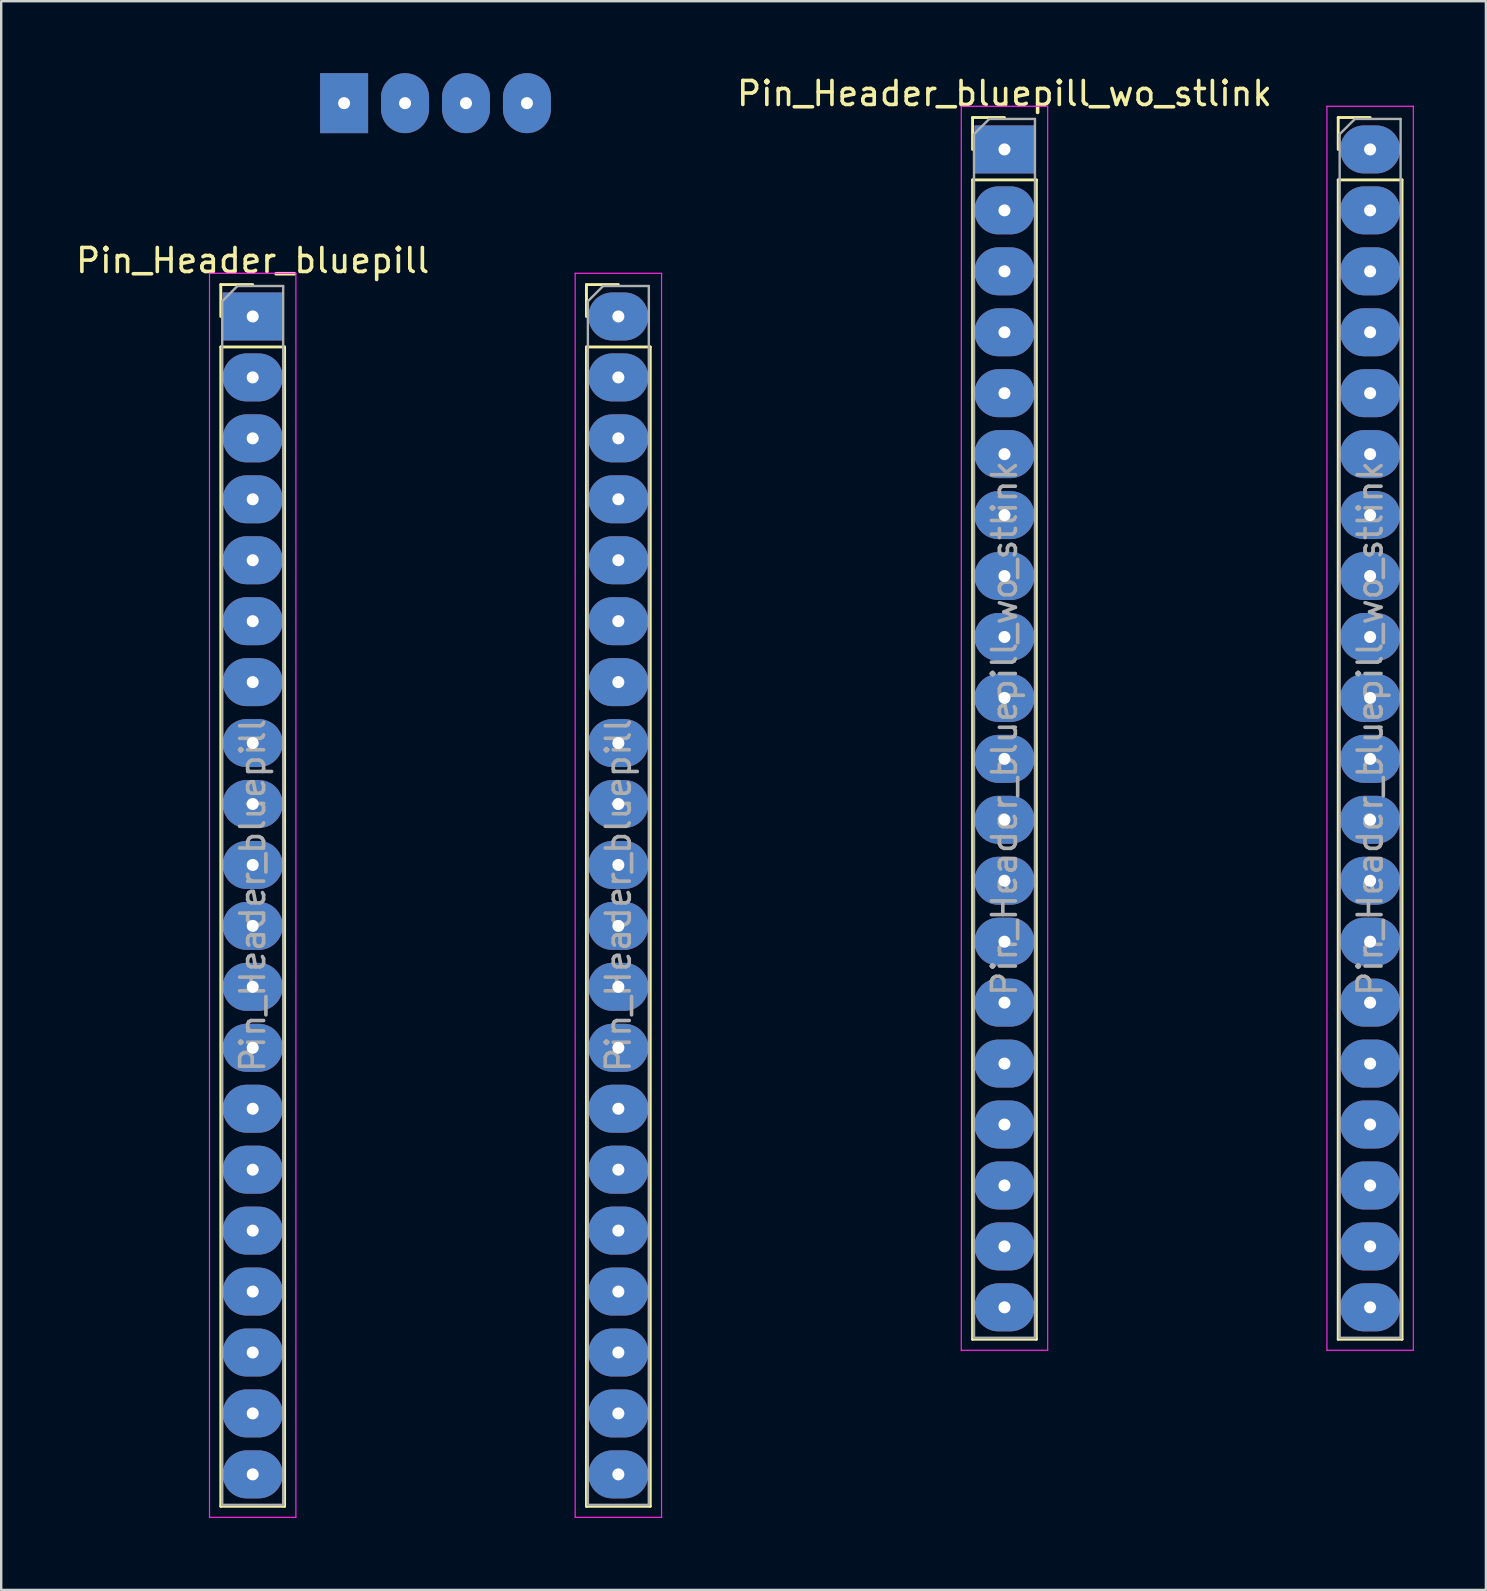
<source format=kicad_pcb>
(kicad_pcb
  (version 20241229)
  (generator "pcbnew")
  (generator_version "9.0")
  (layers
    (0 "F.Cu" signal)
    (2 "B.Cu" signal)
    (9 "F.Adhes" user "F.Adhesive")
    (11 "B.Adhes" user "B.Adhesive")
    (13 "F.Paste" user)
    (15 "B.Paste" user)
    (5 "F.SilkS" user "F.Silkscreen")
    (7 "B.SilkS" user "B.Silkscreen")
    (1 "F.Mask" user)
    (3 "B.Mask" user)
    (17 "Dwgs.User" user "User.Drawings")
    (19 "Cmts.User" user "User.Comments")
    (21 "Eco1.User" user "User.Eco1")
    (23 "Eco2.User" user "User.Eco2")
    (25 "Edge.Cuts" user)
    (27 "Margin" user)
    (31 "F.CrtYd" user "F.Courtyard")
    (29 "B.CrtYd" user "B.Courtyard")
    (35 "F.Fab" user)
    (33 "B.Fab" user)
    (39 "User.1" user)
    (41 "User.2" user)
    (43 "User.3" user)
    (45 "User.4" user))
  (footprint "Pin_Header_bluepill"
    (layer "F.Cu")
    (at 7.482 10.14)
    (property "Reference" "Pin_Header_bluepill" (at 0 -2.33 0) (layer "F.SilkS") (effects (font (size 1 1) (thickness 0.15))))
    (attr through_hole)
    (fp_line (start -1.33 -1.33) (end 0 -1.33) (stroke (width 0.12) (type solid)) (layer "F.SilkS"))
    (fp_line (start -1.33 0) (end -1.33 -1.33) (stroke (width 0.12) (type solid)) (layer "F.SilkS"))
    (fp_line (start -1.33 1.27) (end -1.33 49.59) (stroke (width 0.12) (type solid)) (layer "F.SilkS"))
    (fp_line (start -1.33 1.27) (end 1.33 1.27) (stroke (width 0.12) (type solid)) (layer "F.SilkS"))
    (fp_line (start -1.33 49.59) (end 1.33 49.59) (stroke (width 0.12) (type solid)) (layer "F.SilkS"))
    (fp_line (start 1.33 1.27) (end 1.33 49.59) (stroke (width 0.12) (type solid)) (layer "F.SilkS"))
    (fp_line (start 13.91 -1.33) (end 15.24 -1.33) (stroke (width 0.12) (type solid)) (layer "F.SilkS"))
    (fp_line (start 13.91 0) (end 13.91 -1.33) (stroke (width 0.12) (type solid)) (layer "F.SilkS"))
    (fp_line (start 13.91 1.27) (end 13.91 49.59) (stroke (width 0.12) (type solid)) (layer "F.SilkS"))
    (fp_line (start 13.91 1.27) (end 16.57 1.27) (stroke (width 0.12) (type solid)) (layer "F.SilkS"))
    (fp_line (start 13.91 49.59) (end 16.57 49.59) (stroke (width 0.12) (type solid)) (layer "F.SilkS"))
    (fp_line (start 16.57 1.27) (end 16.57 49.59) (stroke (width 0.12) (type solid)) (layer "F.SilkS"))
    (fp_line (start -1.8 -1.8) (end -1.8 50.05) (stroke (width 0.05) (type solid)) (layer "F.CrtYd"))
    (fp_line (start -1.8 50.05) (end 1.8 50.05) (stroke (width 0.05) (type solid)) (layer "F.CrtYd"))
    (fp_line (start 1.8 -1.8) (end -1.8 -1.8) (stroke (width 0.05) (type solid)) (layer "F.CrtYd"))
    (fp_line (start 1.8 50.05) (end 1.8 -1.8) (stroke (width 0.05) (type solid)) (layer "F.CrtYd"))
    (fp_line (start 13.44 -1.8) (end 13.44 50.05) (stroke (width 0.05) (type solid)) (layer "F.CrtYd"))
    (fp_line (start 13.44 50.05) (end 17.04 50.05) (stroke (width 0.05) (type solid)) (layer "F.CrtYd"))
    (fp_line (start 17.04 -1.8) (end 13.44 -1.8) (stroke (width 0.05) (type solid)) (layer "F.CrtYd"))
    (fp_line (start 17.04 50.05) (end 17.04 -1.8) (stroke (width 0.05) (type solid)) (layer "F.CrtYd"))
    (fp_line (start -1.27 -0.635) (end -0.635 -1.27) (stroke (width 0.1) (type solid)) (layer "F.Fab"))
    (fp_line (start -1.27 49.53) (end -1.27 -0.635) (stroke (width 0.1) (type solid)) (layer "F.Fab"))
    (fp_line (start -0.635 -1.27) (end 1.27 -1.27) (stroke (width 0.1) (type solid)) (layer "F.Fab"))
    (fp_line (start 1.27 -1.27) (end 1.27 49.53) (stroke (width 0.1) (type solid)) (layer "F.Fab"))
    (fp_line (start 1.27 49.53) (end -1.27 49.53) (stroke (width 0.1) (type solid)) (layer "F.Fab"))
    (fp_line (start 13.97 -0.635) (end 14.605 -1.27) (stroke (width 0.1) (type solid)) (layer "F.Fab"))
    (fp_line (start 13.97 49.53) (end 13.97 -0.635) (stroke (width 0.1) (type solid)) (layer "F.Fab"))
    (fp_line (start 14.605 -1.27) (end 16.51 -1.27) (stroke (width 0.1) (type solid)) (layer "F.Fab"))
    (fp_line (start 16.51 -1.27) (end 16.51 49.53) (stroke (width 0.1) (type solid)) (layer "F.Fab"))
    (fp_line (start 16.51 49.53) (end 13.97 49.53) (stroke (width 0.1) (type solid)) (layer "F.Fab"))
    (fp_text user "${REFERENCE}" (at 15.24 24.13 90) (layer "F.Fab") (effects (font (size 1 1) (thickness 0.15))))
    (fp_text user "${REFERENCE}" (at 0 24.13 90) (layer "F.Fab") (effects (font (size 1 1) (thickness 0.15))))
    (pad "1" thru_hole rect (at 0 0) (size 2.5 2) (drill 0.5) (layers "*.Cu" "*.Mask"))
    (pad "2" thru_hole oval (at 0 2.54) (size 2.5 2) (drill 0.5) (layers "*.Cu" "*.Mask"))
    (pad "3" thru_hole oval (at 0 5.08) (size 2.5 2) (drill 0.5) (layers "*.Cu" "*.Mask"))
    (pad "4" thru_hole oval (at 0 7.62) (size 2.5 2) (drill 0.5) (layers "*.Cu" "*.Mask"))
    (pad "5" thru_hole oval (at 0 10.16) (size 2.5 2) (drill 0.5) (layers "*.Cu" "*.Mask"))
    (pad "6" thru_hole oval (at 0 12.7) (size 2.5 2) (drill 0.5) (layers "*.Cu" "*.Mask"))
    (pad "7" thru_hole oval (at 0 15.24) (size 2.5 2) (drill 0.5) (layers "*.Cu" "*.Mask"))
    (pad "8" thru_hole oval (at 0 17.78) (size 2.5 2) (drill 0.5) (layers "*.Cu" "*.Mask"))
    (pad "9" thru_hole oval (at 0 20.32) (size 2.5 2) (drill 0.5) (layers "*.Cu" "*.Mask"))
    (pad "10" thru_hole oval (at 0 22.86) (size 2.5 2) (drill 0.5) (layers "*.Cu" "*.Mask"))
    (pad "11" thru_hole oval (at 0 25.4) (size 2.5 2) (drill 0.5) (layers "*.Cu" "*.Mask"))
    (pad "12" thru_hole oval (at 0 27.94) (size 2.5 2) (drill 0.5) (layers "*.Cu" "*.Mask"))
    (pad "13" thru_hole oval (at 0 30.48) (size 2.5 2) (drill 0.5) (layers "*.Cu" "*.Mask"))
    (pad "14" thru_hole oval (at 0 33.02) (size 2.5 2) (drill 0.5) (layers "*.Cu" "*.Mask"))
    (pad "15" thru_hole oval (at 0 35.56) (size 2.5 2) (drill 0.5) (layers "*.Cu" "*.Mask"))
    (pad "16" thru_hole oval (at 0 38.1) (size 2.5 2) (drill 0.5) (layers "*.Cu" "*.Mask"))
    (pad "17" thru_hole oval (at 0 40.64) (size 2.5 2) (drill 0.5) (layers "*.Cu" "*.Mask"))
    (pad "18" thru_hole oval (at 0 43.18) (size 2.5 2) (drill 0.5) (layers "*.Cu" "*.Mask"))
    (pad "19" thru_hole oval (at 0 45.72) (size 2.5 2) (drill 0.5) (layers "*.Cu" "*.Mask"))
    (pad "20" thru_hole oval (at 0 48.26) (size 2.5 2) (drill 0.5) (layers "*.Cu" "*.Mask"))
    (pad "21" thru_hole oval (at 15.24 48.26) (size 2.5 2) (drill 0.5) (layers "*.Cu" "*.Mask"))
    (pad "22" thru_hole oval (at 15.24 45.72) (size 2.5 2) (drill 0.5) (layers "*.Cu" "*.Mask"))
    (pad "23" thru_hole oval (at 15.24 43.18) (size 2.5 2) (drill 0.5) (layers "*.Cu" "*.Mask"))
    (pad "24" thru_hole oval (at 15.24 40.64) (size 2.5 2) (drill 0.5) (layers "*.Cu" "*.Mask"))
    (pad "25" thru_hole oval (at 15.24 38.1) (size 2.5 2) (drill 0.5) (layers "*.Cu" "*.Mask"))
    (pad "26" thru_hole oval (at 15.24 35.56) (size 2.5 2) (drill 0.5) (layers "*.Cu" "*.Mask"))
    (pad "27" thru_hole oval (at 15.24 33.02) (size 2.5 2) (drill 0.5) (layers "*.Cu" "*.Mask"))
    (pad "28" thru_hole oval (at 15.24 30.48) (size 2.5 2) (drill 0.5) (layers "*.Cu" "*.Mask"))
    (pad "29" thru_hole oval (at 15.24 27.94) (size 2.5 2) (drill 0.5) (layers "*.Cu" "*.Mask"))
    (pad "30" thru_hole oval (at 15.24 25.4) (size 2.5 2) (drill 0.5) (layers "*.Cu" "*.Mask"))
    (pad "31" thru_hole oval (at 15.24 22.86) (size 2.5 2) (drill 0.5) (layers "*.Cu" "*.Mask"))
    (pad "32" thru_hole oval (at 15.24 20.32) (size 2.5 2) (drill 0.5) (layers "*.Cu" "*.Mask"))
    (pad "33" thru_hole oval (at 15.24 17.78) (size 2.5 2) (drill 0.5) (layers "*.Cu" "*.Mask"))
    (pad "34" thru_hole oval (at 15.24 15.24) (size 2.5 2) (drill 0.5) (layers "*.Cu" "*.Mask"))
    (pad "35" thru_hole oval (at 15.24 12.7) (size 2.5 2) (drill 0.5) (layers "*.Cu" "*.Mask"))
    (pad "36" thru_hole oval (at 15.24 10.16) (size 2.5 2) (drill 0.5) (layers "*.Cu" "*.Mask"))
    (pad "37" thru_hole oval (at 15.24 7.62) (size 2.5 2) (drill 0.5) (layers "*.Cu" "*.Mask"))
    (pad "38" thru_hole oval (at 15.24 5.08) (size 2.5 2) (drill 0.5) (layers "*.Cu" "*.Mask"))
    (pad "39" thru_hole oval (at 15.24 2.54) (size 2.5 2) (drill 0.5) (layers "*.Cu" "*.Mask"))
    (pad "40" thru_hole oval (at 15.24 0) (size 2.5 2) (drill 0.5) (layers "*.Cu" "*.Mask"))
    (pad "41" thru_hole rect (at 3.81 -8.89 90) (size 2.5 2) (drill 0.5) (layers "*.Cu" "*.Mask"))
    (pad "42" thru_hole oval (at 6.35 -8.89 90) (size 2.5 2) (drill 0.5) (layers "*.Cu" "*.Mask"))
    (pad "43" thru_hole oval (at 8.89 -8.89 90) (size 2.5 2) (drill 0.5) (layers "*.Cu" "*.Mask"))
    (pad "44" thru_hole oval (at 11.43 -8.89 90) (size 2.5 2) (drill 0.5) (layers "*.Cu" "*.Mask")))
  (footprint "Pin_Header_bluepill_wo_stlink"
    (layer "F.Cu")
    (at 38.815 3.178)
    (property "Reference" "Pin_Header_bluepill_wo_stlink" (at 0 -2.33 0) (layer "F.SilkS") (effects (font (size 1 1) (thickness 0.15))))
    (attr through_hole)
    (fp_line (start -1.33 -1.33) (end 0 -1.33) (stroke (width 0.12) (type solid)) (layer "F.SilkS"))
    (fp_line (start -1.33 0) (end -1.33 -1.33) (stroke (width 0.12) (type solid)) (layer "F.SilkS"))
    (fp_line (start -1.33 1.27) (end -1.33 49.59) (stroke (width 0.12) (type solid)) (layer "F.SilkS"))
    (fp_line (start -1.33 1.27) (end 1.33 1.27) (stroke (width 0.12) (type solid)) (layer "F.SilkS"))
    (fp_line (start -1.33 49.59) (end 1.33 49.59) (stroke (width 0.12) (type solid)) (layer "F.SilkS"))
    (fp_line (start 1.33 1.27) (end 1.33 49.59) (stroke (width 0.12) (type solid)) (layer "F.SilkS"))
    (fp_line (start 13.91 -1.33) (end 15.24 -1.33) (stroke (width 0.12) (type solid)) (layer "F.SilkS"))
    (fp_line (start 13.91 0) (end 13.91 -1.33) (stroke (width 0.12) (type solid)) (layer "F.SilkS"))
    (fp_line (start 13.91 1.27) (end 13.91 49.59) (stroke (width 0.12) (type solid)) (layer "F.SilkS"))
    (fp_line (start 13.91 1.27) (end 16.57 1.27) (stroke (width 0.12) (type solid)) (layer "F.SilkS"))
    (fp_line (start 13.91 49.59) (end 16.57 49.59) (stroke (width 0.12) (type solid)) (layer "F.SilkS"))
    (fp_line (start 16.57 1.27) (end 16.57 49.59) (stroke (width 0.12) (type solid)) (layer "F.SilkS"))
    (fp_line (start -1.8 -1.8) (end -1.8 50.05) (stroke (width 0.05) (type solid)) (layer "F.CrtYd"))
    (fp_line (start -1.8 50.05) (end 1.8 50.05) (stroke (width 0.05) (type solid)) (layer "F.CrtYd"))
    (fp_line (start 1.8 -1.8) (end -1.8 -1.8) (stroke (width 0.05) (type solid)) (layer "F.CrtYd"))
    (fp_line (start 1.8 50.05) (end 1.8 -1.8) (stroke (width 0.05) (type solid)) (layer "F.CrtYd"))
    (fp_line (start 13.44 -1.8) (end 13.44 50.05) (stroke (width 0.05) (type solid)) (layer "F.CrtYd"))
    (fp_line (start 13.44 50.05) (end 17.04 50.05) (stroke (width 0.05) (type solid)) (layer "F.CrtYd"))
    (fp_line (start 17.04 -1.8) (end 13.44 -1.8) (stroke (width 0.05) (type solid)) (layer "F.CrtYd"))
    (fp_line (start 17.04 50.05) (end 17.04 -1.8) (stroke (width 0.05) (type solid)) (layer "F.CrtYd"))
    (fp_line (start -1.27 -0.635) (end -0.635 -1.27) (stroke (width 0.1) (type solid)) (layer "F.Fab"))
    (fp_line (start -1.27 49.53) (end -1.27 -0.635) (stroke (width 0.1) (type solid)) (layer "F.Fab"))
    (fp_line (start -0.635 -1.27) (end 1.27 -1.27) (stroke (width 0.1) (type solid)) (layer "F.Fab"))
    (fp_line (start 1.27 -1.27) (end 1.27 49.53) (stroke (width 0.1) (type solid)) (layer "F.Fab"))
    (fp_line (start 1.27 49.53) (end -1.27 49.53) (stroke (width 0.1) (type solid)) (layer "F.Fab"))
    (fp_line (start 13.97 -0.635) (end 14.605 -1.27) (stroke (width 0.1) (type solid)) (layer "F.Fab"))
    (fp_line (start 13.97 49.53) (end 13.97 -0.635) (stroke (width 0.1) (type solid)) (layer "F.Fab"))
    (fp_line (start 14.605 -1.27) (end 16.51 -1.27) (stroke (width 0.1) (type solid)) (layer "F.Fab"))
    (fp_line (start 16.51 -1.27) (end 16.51 49.53) (stroke (width 0.1) (type solid)) (layer "F.Fab"))
    (fp_line (start 16.51 49.53) (end 13.97 49.53) (stroke (width 0.1) (type solid)) (layer "F.Fab"))
    (fp_text user "${REFERENCE}" (at 0 24.13 90) (layer "F.Fab") (effects (font (size 1 1) (thickness 0.15))))
    (fp_text user "${REFERENCE}" (at 15.24 24.13 90) (layer "F.Fab") (effects (font (size 1 1) (thickness 0.15))))
    (pad "1" thru_hole rect (at 0 0) (size 2.5 2) (drill 0.5) (layers "*.Cu" "*.Mask"))
    (pad "2" thru_hole oval (at 0 2.54) (size 2.5 2) (drill 0.5) (layers "*.Cu" "*.Mask"))
    (pad "3" thru_hole oval (at 0 5.08) (size 2.5 2) (drill 0.5) (layers "*.Cu" "*.Mask"))
    (pad "4" thru_hole oval (at 0 7.62) (size 2.5 2) (drill 0.5) (layers "*.Cu" "*.Mask"))
    (pad "5" thru_hole oval (at 0 10.16) (size 2.5 2) (drill 0.5) (layers "*.Cu" "*.Mask"))
    (pad "6" thru_hole oval (at 0 12.7) (size 2.5 2) (drill 0.5) (layers "*.Cu" "*.Mask"))
    (pad "7" thru_hole oval (at 0 15.24) (size 2.5 2) (drill 0.5) (layers "*.Cu" "*.Mask"))
    (pad "8" thru_hole oval (at 0 17.78) (size 2.5 2) (drill 0.5) (layers "*.Cu" "*.Mask"))
    (pad "9" thru_hole oval (at 0 20.32) (size 2.5 2) (drill 0.5) (layers "*.Cu" "*.Mask"))
    (pad "10" thru_hole oval (at 0 22.86) (size 2.5 2) (drill 0.5) (layers "*.Cu" "*.Mask"))
    (pad "11" thru_hole oval (at 0 25.4) (size 2.5 2) (drill 0.5) (layers "*.Cu" "*.Mask"))
    (pad "12" thru_hole oval (at 0 27.94) (size 2.5 2) (drill 0.5) (layers "*.Cu" "*.Mask"))
    (pad "13" thru_hole oval (at 0 30.48) (size 2.5 2) (drill 0.5) (layers "*.Cu" "*.Mask"))
    (pad "14" thru_hole oval (at 0 33.02) (size 2.5 2) (drill 0.5) (layers "*.Cu" "*.Mask"))
    (pad "15" thru_hole oval (at 0 35.56) (size 2.5 2) (drill 0.5) (layers "*.Cu" "*.Mask"))
    (pad "16" thru_hole oval (at 0 38.1) (size 2.5 2) (drill 0.5) (layers "*.Cu" "*.Mask"))
    (pad "17" thru_hole oval (at 0 40.64) (size 2.5 2) (drill 0.5) (layers "*.Cu" "*.Mask"))
    (pad "18" thru_hole oval (at 0 43.18) (size 2.5 2) (drill 0.5) (layers "*.Cu" "*.Mask"))
    (pad "19" thru_hole oval (at 0 45.72) (size 2.5 2) (drill 0.5) (layers "*.Cu" "*.Mask"))
    (pad "20" thru_hole oval (at 0 48.26) (size 2.5 2) (drill 0.5) (layers "*.Cu" "*.Mask"))
    (pad "21" thru_hole oval (at 15.24 48.26) (size 2.5 2) (drill 0.5) (layers "*.Cu" "*.Mask"))
    (pad "22" thru_hole oval (at 15.24 45.72) (size 2.5 2) (drill 0.5) (layers "*.Cu" "*.Mask"))
    (pad "23" thru_hole oval (at 15.24 43.18) (size 2.5 2) (drill 0.5) (layers "*.Cu" "*.Mask"))
    (pad "24" thru_hole oval (at 15.24 40.64) (size 2.5 2) (drill 0.5) (layers "*.Cu" "*.Mask"))
    (pad "25" thru_hole oval (at 15.24 38.1) (size 2.5 2) (drill 0.5) (layers "*.Cu" "*.Mask"))
    (pad "26" thru_hole oval (at 15.24 35.56) (size 2.5 2) (drill 0.5) (layers "*.Cu" "*.Mask"))
    (pad "27" thru_hole oval (at 15.24 33.02) (size 2.5 2) (drill 0.5) (layers "*.Cu" "*.Mask"))
    (pad "28" thru_hole oval (at 15.24 30.48) (size 2.5 2) (drill 0.5) (layers "*.Cu" "*.Mask"))
    (pad "29" thru_hole oval (at 15.24 27.94) (size 2.5 2) (drill 0.5) (layers "*.Cu" "*.Mask"))
    (pad "30" thru_hole oval (at 15.24 25.4) (size 2.5 2) (drill 0.5) (layers "*.Cu" "*.Mask"))
    (pad "31" thru_hole oval (at 15.24 22.86) (size 2.5 2) (drill 0.5) (layers "*.Cu" "*.Mask"))
    (pad "32" thru_hole oval (at 15.24 20.32) (size 2.5 2) (drill 0.5) (layers "*.Cu" "*.Mask"))
    (pad "33" thru_hole oval (at 15.24 17.78) (size 2.5 2) (drill 0.5) (layers "*.Cu" "*.Mask"))
    (pad "34" thru_hole oval (at 15.24 15.24) (size 2.5 2) (drill 0.5) (layers "*.Cu" "*.Mask"))
    (pad "35" thru_hole oval (at 15.24 12.7) (size 2.5 2) (drill 0.5) (layers "*.Cu" "*.Mask"))
    (pad "36" thru_hole oval (at 15.24 10.16) (size 2.5 2) (drill 0.5) (layers "*.Cu" "*.Mask"))
    (pad "37" thru_hole oval (at 15.24 7.62) (size 2.5 2) (drill 0.5) (layers "*.Cu" "*.Mask"))
    (pad "38" thru_hole oval (at 15.24 5.08) (size 2.5 2) (drill 0.5) (layers "*.Cu" "*.Mask"))
    (pad "39" thru_hole oval (at 15.24 2.54) (size 2.5 2) (drill 0.5) (layers "*.Cu" "*.Mask"))
    (pad "40" thru_hole oval (at 15.24 0) (size 2.5 2) (drill 0.5) (layers "*.Cu" "*.Mask")))
  (gr_rect
    (start -3 -3)
    (end 58.88 63.215)
    (stroke (width 0.1) (type default))
    (fill no)
    (layer "Edge.Cuts")))
</source>
